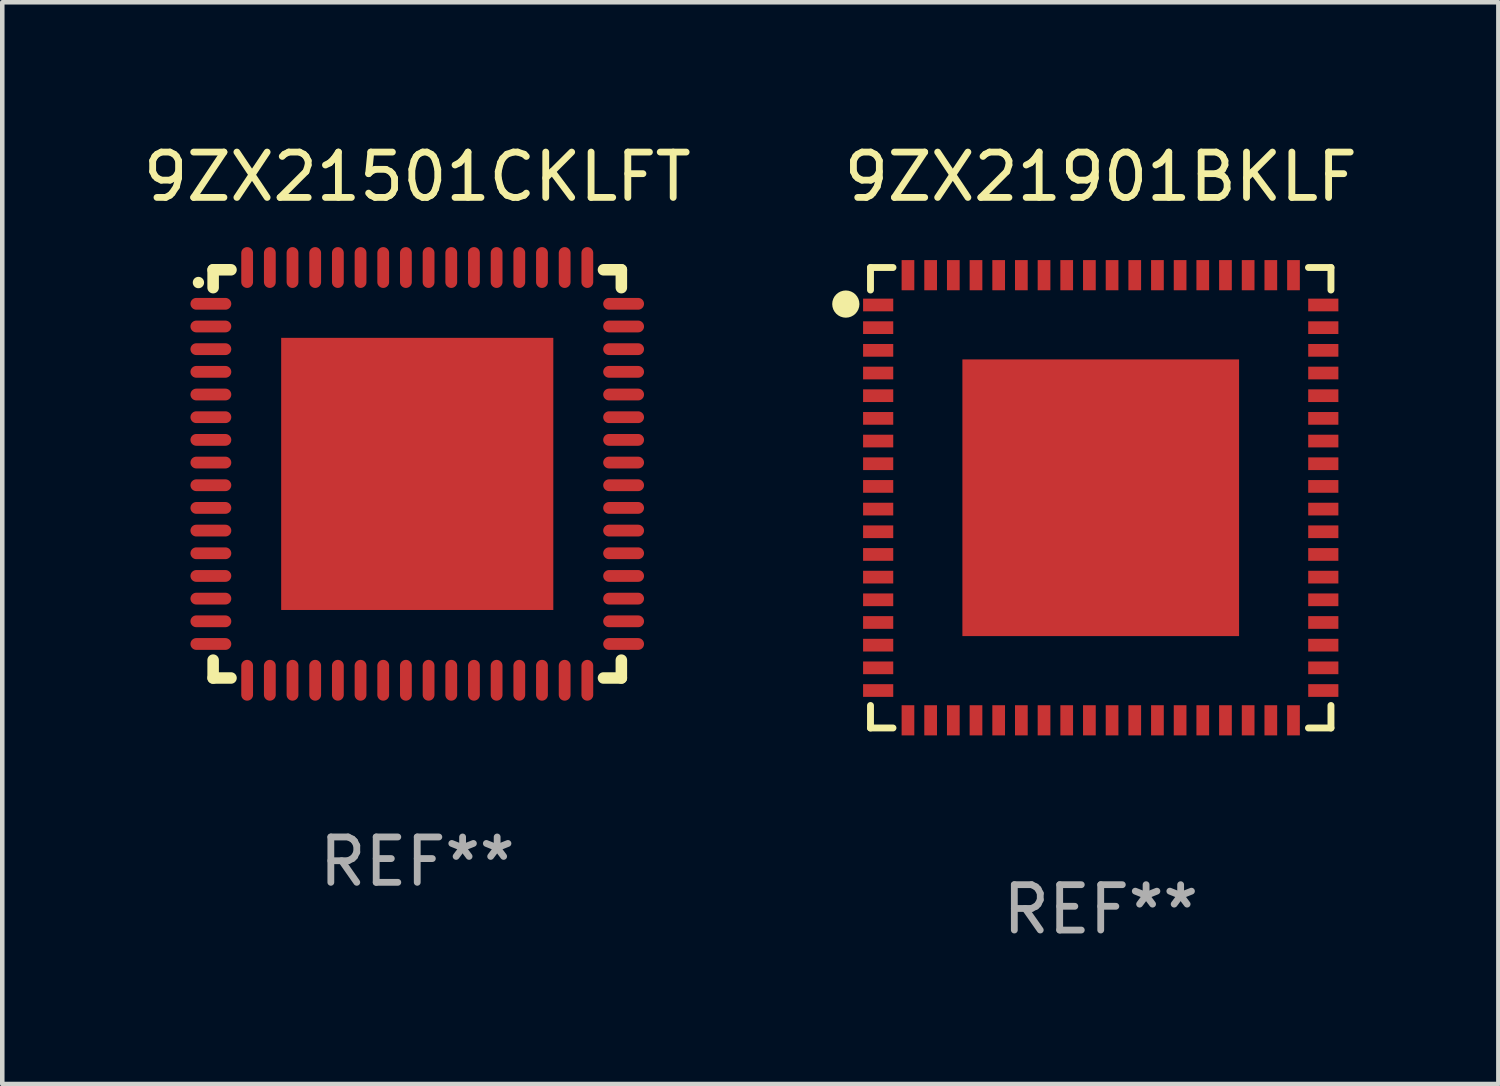
<source format=kicad_pcb>
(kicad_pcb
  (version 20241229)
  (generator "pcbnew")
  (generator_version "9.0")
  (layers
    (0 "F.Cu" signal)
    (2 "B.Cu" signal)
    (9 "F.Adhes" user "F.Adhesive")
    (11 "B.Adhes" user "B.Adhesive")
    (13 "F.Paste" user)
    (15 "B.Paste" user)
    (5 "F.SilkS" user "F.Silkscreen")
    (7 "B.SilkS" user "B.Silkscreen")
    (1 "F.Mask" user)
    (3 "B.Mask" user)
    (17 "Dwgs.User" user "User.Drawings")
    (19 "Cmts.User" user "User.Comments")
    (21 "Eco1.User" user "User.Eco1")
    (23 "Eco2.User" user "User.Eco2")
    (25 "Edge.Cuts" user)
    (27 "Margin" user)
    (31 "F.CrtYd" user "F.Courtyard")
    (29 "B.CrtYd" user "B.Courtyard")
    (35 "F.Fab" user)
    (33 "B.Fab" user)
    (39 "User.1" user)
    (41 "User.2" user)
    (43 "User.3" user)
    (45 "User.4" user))
  (footprint "9ZX21901BKLF"
    (layer "F.Cu")
    (at 21.218 7.924)
    (property "Reference" "9ZX21901BKLF" (at 0 -7.076 0) (layer "F.SilkS") (effects (font (size 1 1) (thickness 0.15))))
    (attr through_hole)
    (fp_line (start -5.076 -5.076) (end -5.076 -4.58) (stroke (width 0.152) (type solid)) (layer "F.SilkS"))
    (fp_line (start -5.076 5.076) (end -5.076 4.58) (stroke (width 0.152) (type solid)) (layer "F.SilkS"))
    (fp_line (start -4.58 -5.076) (end -5.076 -5.076) (stroke (width 0.152) (type solid)) (layer "F.SilkS"))
    (fp_line (start -4.58 5.076) (end -5.076 5.076) (stroke (width 0.152) (type solid)) (layer "F.SilkS"))
    (fp_line (start 4.58 -5.076) (end 5.076 -5.076) (stroke (width 0.152) (type solid)) (layer "F.SilkS"))
    (fp_line (start 4.58 5.076) (end 5.076 5.076) (stroke (width 0.152) (type solid)) (layer "F.SilkS"))
    (fp_line (start 5.076 -5.076) (end 5.076 -4.58) (stroke (width 0.152) (type solid)) (layer "F.SilkS"))
    (fp_line (start 5.076 5.076) (end 5.076 4.58) (stroke (width 0.152) (type solid)) (layer "F.SilkS"))
    (fp_circle (center -5.62 -4.27) (end -5.47 -4.27) (stroke (width 0.3) (type solid)) (fill no) (layer "F.SilkS"))
    (fp_text user "REF**" (at 0 9.076 0) (layer "F.Fab") (effects (font (size 1 1) (thickness 0.15))))
    (pad "1" smd rect (at -4.907 -4.25 270) (size 0.28 0.665) (layers "F.Cu" "F.Mask" "F.Paste"))
    (pad "2" smd rect (at -4.907 -3.75 270) (size 0.28 0.665) (layers "F.Cu" "F.Mask" "F.Paste"))
    (pad "3" smd rect (at -4.907 -3.25 270) (size 0.28 0.665) (layers "F.Cu" "F.Mask" "F.Paste"))
    (pad "4" smd rect (at -4.907 -2.75 270) (size 0.28 0.665) (layers "F.Cu" "F.Mask" "F.Paste"))
    (pad "5" smd rect (at -4.907 -2.25 270) (size 0.28 0.665) (layers "F.Cu" "F.Mask" "F.Paste"))
    (pad "6" smd rect (at -4.907 -1.75 270) (size 0.28 0.665) (layers "F.Cu" "F.Mask" "F.Paste"))
    (pad "7" smd rect (at -4.907 -1.25 270) (size 0.28 0.665) (layers "F.Cu" "F.Mask" "F.Paste"))
    (pad "8" smd rect (at -4.907 -0.75 270) (size 0.28 0.665) (layers "F.Cu" "F.Mask" "F.Paste"))
    (pad "9" smd rect (at -4.907 -0.25 270) (size 0.28 0.665) (layers "F.Cu" "F.Mask" "F.Paste"))
    (pad "10" smd rect (at -4.907 0.25 270) (size 0.28 0.665) (layers "F.Cu" "F.Mask" "F.Paste"))
    (pad "11" smd rect (at -4.907 0.75 270) (size 0.28 0.665) (layers "F.Cu" "F.Mask" "F.Paste"))
    (pad "12" smd rect (at -4.907 1.25 270) (size 0.28 0.665) (layers "F.Cu" "F.Mask" "F.Paste"))
    (pad "13" smd rect (at -4.907 1.75 270) (size 0.28 0.665) (layers "F.Cu" "F.Mask" "F.Paste"))
    (pad "14" smd rect (at -4.907 2.25 270) (size 0.28 0.665) (layers "F.Cu" "F.Mask" "F.Paste"))
    (pad "15" smd rect (at -4.907 2.75 270) (size 0.28 0.665) (layers "F.Cu" "F.Mask" "F.Paste"))
    (pad "16" smd rect (at -4.907 3.25 270) (size 0.28 0.665) (layers "F.Cu" "F.Mask" "F.Paste"))
    (pad "17" smd rect (at -4.907 3.75 270) (size 0.28 0.665) (layers "F.Cu" "F.Mask" "F.Paste"))
    (pad "18" smd rect (at -4.907 4.25 270) (size 0.28 0.665) (layers "F.Cu" "F.Mask" "F.Paste"))
    (pad "19" smd rect (at -4.25 4.907 270) (size 0.665 0.28) (layers "F.Cu" "F.Mask" "F.Paste"))
    (pad "20" smd rect (at -3.75 4.907 270) (size 0.665 0.28) (layers "F.Cu" "F.Mask" "F.Paste"))
    (pad "21" smd rect (at -3.25 4.907 270) (size 0.665 0.28) (layers "F.Cu" "F.Mask" "F.Paste"))
    (pad "22" smd rect (at -2.75 4.907 270) (size 0.665 0.28) (layers "F.Cu" "F.Mask" "F.Paste"))
    (pad "23" smd rect (at -2.25 4.907 270) (size 0.665 0.28) (layers "F.Cu" "F.Mask" "F.Paste"))
    (pad "24" smd rect (at -1.75 4.907 270) (size 0.665 0.28) (layers "F.Cu" "F.Mask" "F.Paste"))
    (pad "25" smd rect (at -1.25 4.907 270) (size 0.665 0.28) (layers "F.Cu" "F.Mask" "F.Paste"))
    (pad "26" smd rect (at -0.75 4.907 270) (size 0.665 0.28) (layers "F.Cu" "F.Mask" "F.Paste"))
    (pad "27" smd rect (at -0.25 4.907 270) (size 0.665 0.28) (layers "F.Cu" "F.Mask" "F.Paste"))
    (pad "28" smd rect (at 0.25 4.907 270) (size 0.665 0.28) (layers "F.Cu" "F.Mask" "F.Paste"))
    (pad "29" smd rect (at 0.75 4.907 270) (size 0.665 0.28) (layers "F.Cu" "F.Mask" "F.Paste"))
    (pad "30" smd rect (at 1.25 4.907 270) (size 0.665 0.28) (layers "F.Cu" "F.Mask" "F.Paste"))
    (pad "31" smd rect (at 1.75 4.907 270) (size 0.665 0.28) (layers "F.Cu" "F.Mask" "F.Paste"))
    (pad "32" smd rect (at 2.25 4.907 270) (size 0.665 0.28) (layers "F.Cu" "F.Mask" "F.Paste"))
    (pad "33" smd rect (at 2.75 4.907 270) (size 0.665 0.28) (layers "F.Cu" "F.Mask" "F.Paste"))
    (pad "34" smd rect (at 3.25 4.907 270) (size 0.665 0.28) (layers "F.Cu" "F.Mask" "F.Paste"))
    (pad "35" smd rect (at 3.75 4.907 270) (size 0.665 0.28) (layers "F.Cu" "F.Mask" "F.Paste"))
    (pad "36" smd rect (at 4.25 4.907 270) (size 0.665 0.28) (layers "F.Cu" "F.Mask" "F.Paste"))
    (pad "37" smd rect (at 4.907 4.25 270) (size 0.28 0.665) (layers "F.Cu" "F.Mask" "F.Paste"))
    (pad "38" smd rect (at 4.907 3.75 270) (size 0.28 0.665) (layers "F.Cu" "F.Mask" "F.Paste"))
    (pad "39" smd rect (at 4.907 3.25 270) (size 0.28 0.665) (layers "F.Cu" "F.Mask" "F.Paste"))
    (pad "40" smd rect (at 4.907 2.75 270) (size 0.28 0.665) (layers "F.Cu" "F.Mask" "F.Paste"))
    (pad "41" smd rect (at 4.907 2.25 270) (size 0.28 0.665) (layers "F.Cu" "F.Mask" "F.Paste"))
    (pad "42" smd rect (at 4.907 1.75 270) (size 0.28 0.665) (layers "F.Cu" "F.Mask" "F.Paste"))
    (pad "43" smd rect (at 4.907 1.25 270) (size 0.28 0.665) (layers "F.Cu" "F.Mask" "F.Paste"))
    (pad "44" smd rect (at 4.907 0.75 270) (size 0.28 0.665) (layers "F.Cu" "F.Mask" "F.Paste"))
    (pad "45" smd rect (at 4.907 0.25 270) (size 0.28 0.665) (layers "F.Cu" "F.Mask" "F.Paste"))
    (pad "46" smd rect (at 4.907 -0.25 270) (size 0.28 0.665) (layers "F.Cu" "F.Mask" "F.Paste"))
    (pad "47" smd rect (at 4.907 -0.75 270) (size 0.28 0.665) (layers "F.Cu" "F.Mask" "F.Paste"))
    (pad "48" smd rect (at 4.907 -1.25 270) (size 0.28 0.665) (layers "F.Cu" "F.Mask" "F.Paste"))
    (pad "49" smd rect (at 4.907 -1.75 270) (size 0.28 0.665) (layers "F.Cu" "F.Mask" "F.Paste"))
    (pad "50" smd rect (at 4.907 -2.25 270) (size 0.28 0.665) (layers "F.Cu" "F.Mask" "F.Paste"))
    (pad "51" smd rect (at 4.907 -2.75 270) (size 0.28 0.665) (layers "F.Cu" "F.Mask" "F.Paste"))
    (pad "52" smd rect (at 4.907 -3.25 270) (size 0.28 0.665) (layers "F.Cu" "F.Mask" "F.Paste"))
    (pad "53" smd rect (at 4.907 -3.75 270) (size 0.28 0.665) (layers "F.Cu" "F.Mask" "F.Paste"))
    (pad "54" smd rect (at 4.907 -4.25 270) (size 0.28 0.665) (layers "F.Cu" "F.Mask" "F.Paste"))
    (pad "55" smd rect (at 4.25 -4.907 270) (size 0.665 0.28) (layers "F.Cu" "F.Mask" "F.Paste"))
    (pad "56" smd rect (at 3.75 -4.907 270) (size 0.665 0.28) (layers "F.Cu" "F.Mask" "F.Paste"))
    (pad "57" smd rect (at 3.25 -4.907 270) (size 0.665 0.28) (layers "F.Cu" "F.Mask" "F.Paste"))
    (pad "58" smd rect (at 2.75 -4.907 270) (size 0.665 0.28) (layers "F.Cu" "F.Mask" "F.Paste"))
    (pad "59" smd rect (at 2.25 -4.907 270) (size 0.665 0.28) (layers "F.Cu" "F.Mask" "F.Paste"))
    (pad "60" smd rect (at 1.75 -4.907 270) (size 0.665 0.28) (layers "F.Cu" "F.Mask" "F.Paste"))
    (pad "61" smd rect (at 1.25 -4.907 270) (size 0.665 0.28) (layers "F.Cu" "F.Mask" "F.Paste"))
    (pad "62" smd rect (at 0.75 -4.907 270) (size 0.665 0.28) (layers "F.Cu" "F.Mask" "F.Paste"))
    (pad "63" smd rect (at 0.25 -4.907 270) (size 0.665 0.28) (layers "F.Cu" "F.Mask" "F.Paste"))
    (pad "64" smd rect (at -0.25 -4.907 270) (size 0.665 0.28) (layers "F.Cu" "F.Mask" "F.Paste"))
    (pad "65" smd rect (at -0.75 -4.907 270) (size 0.665 0.28) (layers "F.Cu" "F.Mask" "F.Paste"))
    (pad "66" smd rect (at -1.25 -4.907 270) (size 0.665 0.28) (layers "F.Cu" "F.Mask" "F.Paste"))
    (pad "67" smd rect (at -1.75 -4.907 270) (size 0.665 0.28) (layers "F.Cu" "F.Mask" "F.Paste"))
    (pad "68" smd rect (at -2.25 -4.907 270) (size 0.665 0.28) (layers "F.Cu" "F.Mask" "F.Paste"))
    (pad "69" smd rect (at -2.75 -4.907 270) (size 0.665 0.28) (layers "F.Cu" "F.Mask" "F.Paste"))
    (pad "70" smd rect (at -3.25 -4.907 270) (size 0.665 0.28) (layers "F.Cu" "F.Mask" "F.Paste"))
    (pad "71" smd rect (at -3.75 -4.907 270) (size 0.665 0.28) (layers "F.Cu" "F.Mask" "F.Paste"))
    (pad "72" smd rect (at -4.25 -4.907 270) (size 0.665 0.28) (layers "F.Cu" "F.Mask" "F.Paste"))
    (pad "73" smd rect (at 0.000127 0.000127 270) (size 6.1 6.1) (layers "F.Cu" "F.Mask" "F.Paste")))
  (footprint "9ZX21501CKLFT"
    (layer "F.Cu")
    (at 6.149 7.398)
    (property "Reference" "9ZX21501CKLFT" (at 0 -6.55 0) (layer "F.SilkS") (effects (font (size 1 1) (thickness 0.15))))
    (attr through_hole)
    (fp_line (start -4.5 -4.5) (end -4.106 -4.5) (stroke (width 0.254) (type solid)) (layer "F.SilkS"))
    (fp_line (start -4.5 -4.106) (end -4.5 -4.5) (stroke (width 0.254) (type solid)) (layer "F.SilkS"))
    (fp_line (start -4.5 4.5) (end -4.5 4.106) (stroke (width 0.254) (type solid)) (layer "F.SilkS"))
    (fp_line (start -4.106 4.5) (end -4.5 4.5) (stroke (width 0.254) (type solid)) (layer "F.SilkS"))
    (fp_line (start 4.106 -4.5) (end 4.5 -4.5) (stroke (width 0.254) (type solid)) (layer "F.SilkS"))
    (fp_line (start 4.5 -4.5) (end 4.5 -4.106) (stroke (width 0.254) (type solid)) (layer "F.SilkS"))
    (fp_line (start 4.5 4.106) (end 4.5 4.5) (stroke (width 0.254) (type solid)) (layer "F.SilkS"))
    (fp_line (start 4.5 4.5) (end 4.106 4.5) (stroke (width 0.254) (type solid)) (layer "F.SilkS"))
    (fp_arc (start -4.824308 -4.217501) (mid -4.824314 -4.218771) (end -4.824308 -4.220041) (stroke (width 0.24892) (type solid)) (layer "F.SilkS"))
    (fp_text user "REF**" (at 0 8.55 0) (layer "F.Fab") (effects (font (size 1 1) (thickness 0.15))))
    (pad "1" smd oval (at -4.55 -3.75) (size 0.9 0.26) (layers "F.Cu" "F.Mask" "F.Paste"))
    (pad "2" smd oval (at -4.55 -3.25) (size 0.9 0.26) (layers "F.Cu" "F.Mask" "F.Paste"))
    (pad "3" smd oval (at -4.55 -2.75) (size 0.9 0.26) (layers "F.Cu" "F.Mask" "F.Paste"))
    (pad "4" smd oval (at -4.55 -2.25) (size 0.9 0.26) (layers "F.Cu" "F.Mask" "F.Paste"))
    (pad "5" smd oval (at -4.55 -1.75) (size 0.9 0.26) (layers "F.Cu" "F.Mask" "F.Paste"))
    (pad "6" smd oval (at -4.55 -1.25) (size 0.9 0.26) (layers "F.Cu" "F.Mask" "F.Paste"))
    (pad "7" smd oval (at -4.55 -0.75) (size 0.9 0.26) (layers "F.Cu" "F.Mask" "F.Paste"))
    (pad "8" smd oval (at -4.55 -0.25) (size 0.9 0.26) (layers "F.Cu" "F.Mask" "F.Paste"))
    (pad "9" smd oval (at -4.55 0.25) (size 0.9 0.26) (layers "F.Cu" "F.Mask" "F.Paste"))
    (pad "10" smd oval (at -4.55 0.75) (size 0.9 0.26) (layers "F.Cu" "F.Mask" "F.Paste"))
    (pad "11" smd oval (at -4.55 1.25) (size 0.9 0.26) (layers "F.Cu" "F.Mask" "F.Paste"))
    (pad "12" smd oval (at -4.55 1.75) (size 0.9 0.26) (layers "F.Cu" "F.Mask" "F.Paste"))
    (pad "13" smd oval (at -4.55 2.25) (size 0.9 0.26) (layers "F.Cu" "F.Mask" "F.Paste"))
    (pad "14" smd oval (at -4.55 2.75) (size 0.9 0.26) (layers "F.Cu" "F.Mask" "F.Paste"))
    (pad "15" smd oval (at -4.55 3.25) (size 0.9 0.26) (layers "F.Cu" "F.Mask" "F.Paste"))
    (pad "16" smd oval (at -4.55 3.75) (size 0.9 0.26) (layers "F.Cu" "F.Mask" "F.Paste"))
    (pad "17" smd oval (at -3.75 4.55) (size 0.26 0.9) (layers "F.Cu" "F.Mask" "F.Paste"))
    (pad "18" smd oval (at -3.25 4.55) (size 0.26 0.9) (layers "F.Cu" "F.Mask" "F.Paste"))
    (pad "19" smd oval (at -2.75 4.55) (size 0.26 0.9) (layers "F.Cu" "F.Mask" "F.Paste"))
    (pad "20" smd oval (at -2.25 4.55) (size 0.26 0.9) (layers "F.Cu" "F.Mask" "F.Paste"))
    (pad "21" smd oval (at -1.75 4.55) (size 0.26 0.9) (layers "F.Cu" "F.Mask" "F.Paste"))
    (pad "22" smd oval (at -1.25 4.55) (size 0.26 0.9) (layers "F.Cu" "F.Mask" "F.Paste"))
    (pad "23" smd oval (at -0.75 4.55) (size 0.26 0.9) (layers "F.Cu" "F.Mask" "F.Paste"))
    (pad "24" smd oval (at -0.25 4.55) (size 0.26 0.9) (layers "F.Cu" "F.Mask" "F.Paste"))
    (pad "25" smd oval (at 0.25 4.55) (size 0.26 0.9) (layers "F.Cu" "F.Mask" "F.Paste"))
    (pad "26" smd oval (at 0.75 4.55) (size 0.26 0.9) (layers "F.Cu" "F.Mask" "F.Paste"))
    (pad "27" smd oval (at 1.25 4.55) (size 0.26 0.9) (layers "F.Cu" "F.Mask" "F.Paste"))
    (pad "28" smd oval (at 1.75 4.55) (size 0.26 0.9) (layers "F.Cu" "F.Mask" "F.Paste"))
    (pad "29" smd oval (at 2.25 4.55) (size 0.26 0.9) (layers "F.Cu" "F.Mask" "F.Paste"))
    (pad "30" smd oval (at 2.75 4.55) (size 0.26 0.9) (layers "F.Cu" "F.Mask" "F.Paste"))
    (pad "31" smd oval (at 3.25 4.55) (size 0.26 0.9) (layers "F.Cu" "F.Mask" "F.Paste"))
    (pad "32" smd oval (at 3.75 4.55) (size 0.26 0.9) (layers "F.Cu" "F.Mask" "F.Paste"))
    (pad "33" smd oval (at 4.55 3.75) (size 0.9 0.26) (layers "F.Cu" "F.Mask" "F.Paste"))
    (pad "34" smd oval (at 4.55 3.25) (size 0.9 0.26) (layers "F.Cu" "F.Mask" "F.Paste"))
    (pad "35" smd oval (at 4.55 2.75) (size 0.9 0.26) (layers "F.Cu" "F.Mask" "F.Paste"))
    (pad "36" smd oval (at 4.55 2.25) (size 0.9 0.26) (layers "F.Cu" "F.Mask" "F.Paste"))
    (pad "37" smd oval (at 4.55 1.75) (size 0.9 0.26) (layers "F.Cu" "F.Mask" "F.Paste"))
    (pad "38" smd oval (at 4.55 1.25) (size 0.9 0.26) (layers "F.Cu" "F.Mask" "F.Paste"))
    (pad "39" smd oval (at 4.55 0.75) (size 0.9 0.26) (layers "F.Cu" "F.Mask" "F.Paste"))
    (pad "40" smd oval (at 4.55 0.25) (size 0.9 0.26) (layers "F.Cu" "F.Mask" "F.Paste"))
    (pad "41" smd oval (at 4.55 -0.25) (size 0.9 0.26) (layers "F.Cu" "F.Mask" "F.Paste"))
    (pad "42" smd oval (at 4.55 -0.75) (size 0.9 0.26) (layers "F.Cu" "F.Mask" "F.Paste"))
    (pad "43" smd oval (at 4.55 -1.25) (size 0.9 0.26) (layers "F.Cu" "F.Mask" "F.Paste"))
    (pad "44" smd oval (at 4.55 -1.75) (size 0.9 0.26) (layers "F.Cu" "F.Mask" "F.Paste"))
    (pad "45" smd oval (at 4.55 -2.25) (size 0.9 0.26) (layers "F.Cu" "F.Mask" "F.Paste"))
    (pad "46" smd oval (at 4.55 -2.75) (size 0.9 0.26) (layers "F.Cu" "F.Mask" "F.Paste"))
    (pad "47" smd oval (at 4.55 -3.25) (size 0.9 0.26) (layers "F.Cu" "F.Mask" "F.Paste"))
    (pad "48" smd oval (at 4.55 -3.75) (size 0.9 0.26) (layers "F.Cu" "F.Mask" "F.Paste"))
    (pad "49" smd oval (at 3.75 -4.55) (size 0.26 0.9) (layers "F.Cu" "F.Mask" "F.Paste"))
    (pad "50" smd oval (at 3.25 -4.55) (size 0.26 0.9) (layers "F.Cu" "F.Mask" "F.Paste"))
    (pad "51" smd oval (at 2.75 -4.55) (size 0.26 0.9) (layers "F.Cu" "F.Mask" "F.Paste"))
    (pad "52" smd oval (at 2.25 -4.55) (size 0.26 0.9) (layers "F.Cu" "F.Mask" "F.Paste"))
    (pad "53" smd oval (at 1.75 -4.55) (size 0.26 0.9) (layers "F.Cu" "F.Mask" "F.Paste"))
    (pad "54" smd oval (at 1.25 -4.55) (size 0.26 0.9) (layers "F.Cu" "F.Mask" "F.Paste"))
    (pad "55" smd oval (at 0.75 -4.55) (size 0.26 0.9) (layers "F.Cu" "F.Mask" "F.Paste"))
    (pad "56" smd oval (at 0.25 -4.55) (size 0.26 0.9) (layers "F.Cu" "F.Mask" "F.Paste"))
    (pad "57" smd oval (at -0.25 -4.55) (size 0.26 0.9) (layers "F.Cu" "F.Mask" "F.Paste"))
    (pad "58" smd oval (at -0.75 -4.55) (size 0.26 0.9) (layers "F.Cu" "F.Mask" "F.Paste"))
    (pad "59" smd oval (at -1.25 -4.55) (size 0.26 0.9) (layers "F.Cu" "F.Mask" "F.Paste"))
    (pad "60" smd oval (at -1.75 -4.55) (size 0.26 0.9) (layers "F.Cu" "F.Mask" "F.Paste"))
    (pad "61" smd oval (at -2.25 -4.55) (size 0.26 0.9) (layers "F.Cu" "F.Mask" "F.Paste"))
    (pad "62" smd oval (at -2.75 -4.55) (size 0.26 0.9) (layers "F.Cu" "F.Mask" "F.Paste"))
    (pad "63" smd oval (at -3.25 -4.55) (size 0.26 0.9) (layers "F.Cu" "F.Mask" "F.Paste"))
    (pad "64" smd oval (at -3.75 -4.55) (size 0.26 0.9) (layers "F.Cu" "F.Mask" "F.Paste"))
    (pad "65" smd rect (at 0 0.000381) (size 6 6) (layers "F.Cu" "F.Mask" "F.Paste")))
  (gr_rect
    (start -3 -3)
    (end 29.985 20.849)
    (stroke (width 0.1) (type default))
    (fill no)
    (layer "Edge.Cuts")))
</source>
